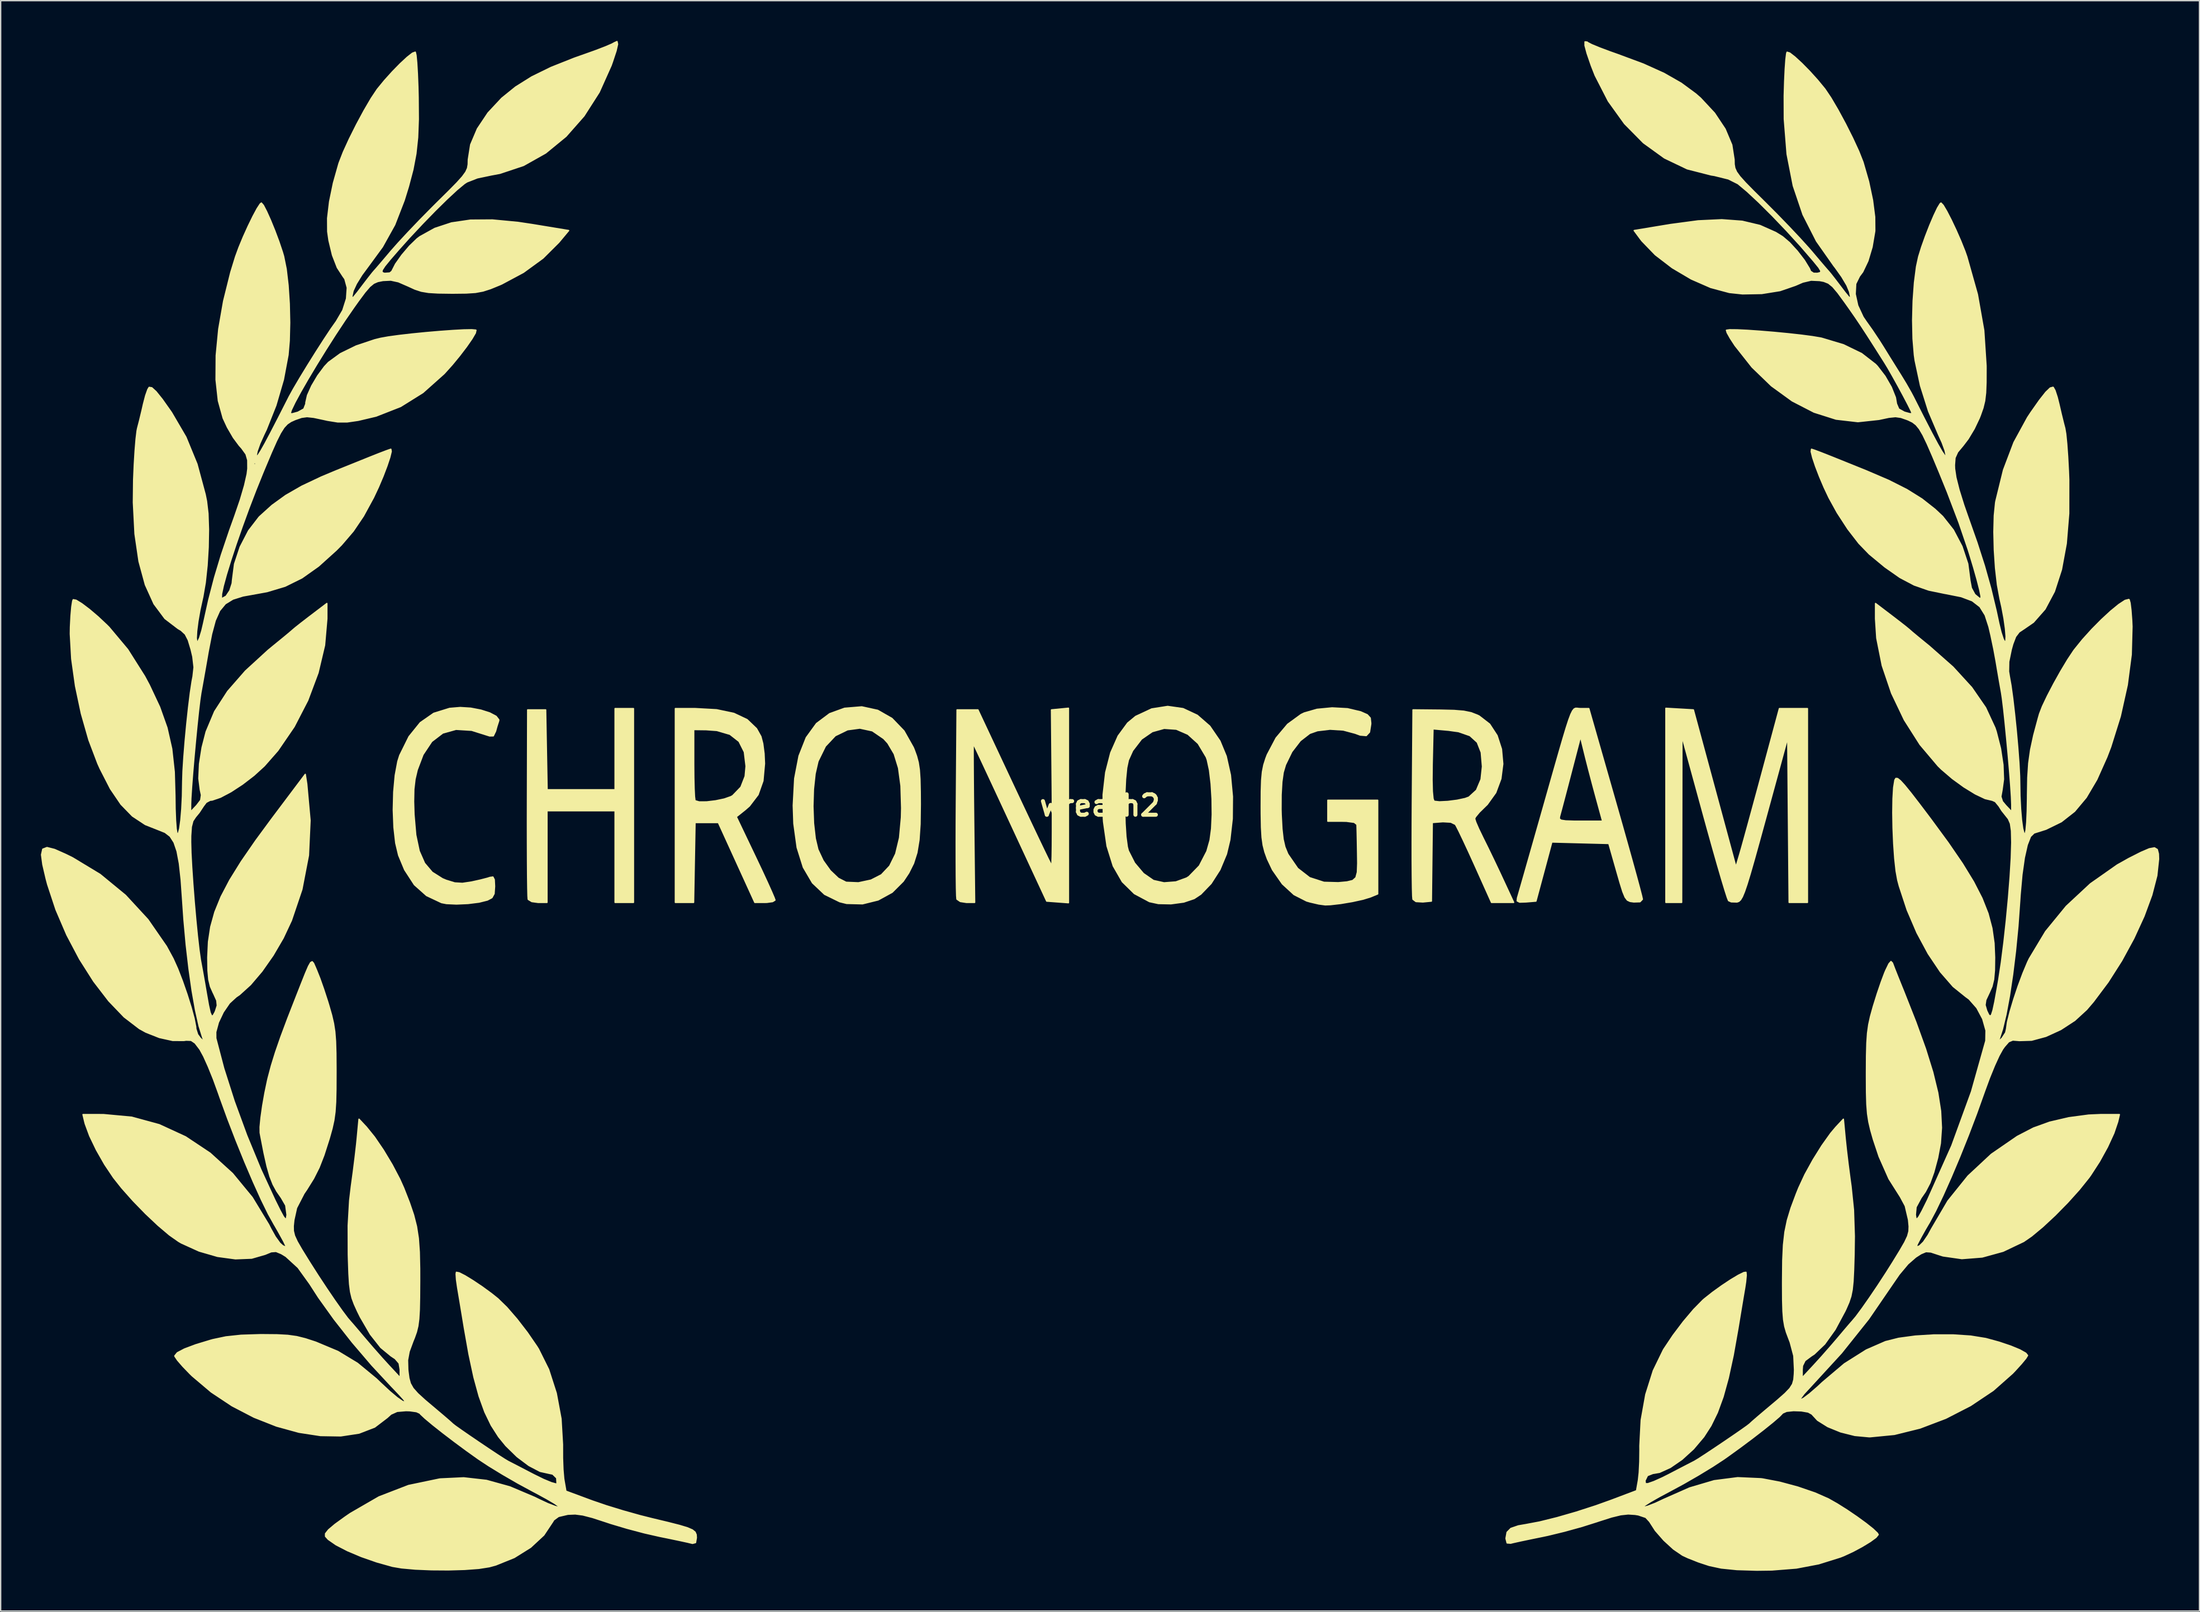
<source format=kicad_pcb>
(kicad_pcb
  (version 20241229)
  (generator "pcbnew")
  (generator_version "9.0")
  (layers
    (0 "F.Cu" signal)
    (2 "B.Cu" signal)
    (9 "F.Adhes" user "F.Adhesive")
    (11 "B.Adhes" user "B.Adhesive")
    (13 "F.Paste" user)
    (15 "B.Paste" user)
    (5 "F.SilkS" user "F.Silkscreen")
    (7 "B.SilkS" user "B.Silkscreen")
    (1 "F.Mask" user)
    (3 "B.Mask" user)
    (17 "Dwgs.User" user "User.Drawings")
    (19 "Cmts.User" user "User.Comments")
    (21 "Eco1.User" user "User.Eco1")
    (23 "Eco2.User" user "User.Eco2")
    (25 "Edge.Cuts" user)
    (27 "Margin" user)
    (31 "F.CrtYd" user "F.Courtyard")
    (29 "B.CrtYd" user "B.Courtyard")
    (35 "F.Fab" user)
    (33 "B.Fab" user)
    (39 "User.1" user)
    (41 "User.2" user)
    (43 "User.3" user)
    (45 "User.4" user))
  (footprint "wreath2"
    (layer "F.Cu")
    (at 78.958 57.034)
    (property "Reference" "wreath2" (at 0 0 0) (layer "F.SilkS") (effects (font (size 1.524 1.524) (thickness 0.3))))
    (attr through_hole)
    (fp_poly (pts (xy -34.778 7.229) (xy -35.462 7.229) (xy -36.146 7.229) (xy -36.146 3.81) (xy -36.146 0.391) (xy -38.686 0.391) (xy -41.226 0.391) (xy -41.226 3.81) (xy -41.226 7.229) (xy -41.889 7.229) (xy -42.356 7.165) (xy -42.616 7.007) (xy -42.625 6.985) (xy -42.642 6.739) (xy -42.656 6.148) (xy -42.668 5.258) (xy -42.676 4.116) (xy -42.681 2.766) (xy -42.683 1.256) (xy -42.681 -0.195) (xy -42.663 -7.132) (xy -41.993 -7.132) (xy -41.324 -7.132) (xy -41.27 -4.152) (xy -41.216 -1.172) (xy -38.681 -1.172) (xy -36.146 -1.172) (xy -36.146 -4.201) (xy -36.146 -7.229) (xy -35.462 -7.229) (xy -34.778 -7.229) (xy -34.778 0) (xy -34.778 7.229)) (stroke (width 0.1) (type solid)) (fill yes) (layer "F.SilkS"))
    (fp_poly (pts (xy 52.754 7.229) (xy 52.073 7.229) (xy 51.392 7.229) (xy 51.34 1.075) (xy 51.288 -5.08) (xy 49.62 1.026) (xy 49.158 2.709) (xy 48.784 4.054) (xy 48.485 5.098) (xy 48.246 5.879) (xy 48.056 6.436) (xy 47.901 6.808) (xy 47.767 7.033) (xy 47.642 7.149) (xy 47.512 7.195) (xy 47.497 7.197) (xy 47.075 7.185) (xy 46.877 7.097) (xy 46.787 6.874) (xy 46.609 6.321) (xy 46.356 5.482) (xy 46.042 4.405) (xy 45.681 3.135) (xy 45.286 1.72) (xy 45.054 0.877) (xy 43.396 -5.178) (xy 43.386 1.026) (xy 43.375 7.229) (xy 42.789 7.229) (xy 42.203 7.229) (xy 42.203 -0.01) (xy 42.203 -7.25) (xy 43.226 -7.191) (xy 44.25 -7.132) (xy 45.838 -1.27) (xy 47.425 4.592) (xy 47.716 3.615) (xy 47.847 3.159) (xy 48.061 2.389) (xy 48.341 1.369) (xy 48.671 0.161) (xy 49.033 -1.171) (xy 49.337 -2.296) (xy 50.666 -7.229) (xy 51.71 -7.229) (xy 52.754 -7.229) (xy 52.754 0) (xy 52.754 7.229)) (stroke (width 0.1) (type solid)) (fill yes) (layer "F.SilkS"))
    (fp_poly (pts (xy -2.345 7.252) (xy -3.154 7.192) (xy -3.964 7.132) (xy -6.686 1.272) (xy -7.338 -0.131) (xy -7.936 -1.415) (xy -8.461 -2.54) (xy -8.892 -3.463) (xy -9.212 -4.143) (xy -9.399 -4.538) (xy -9.442 -4.622) (xy -9.448 -4.444) (xy -9.45 -3.921) (xy -9.447 -3.102) (xy -9.44 -2.034) (xy -9.43 -0.763) (xy -9.415 0.664) (xy -9.408 1.286) (xy -9.34 7.229) (xy -9.952 7.229) (xy -10.406 7.159) (xy -10.655 6.989) (xy -10.657 6.984) (xy -10.678 6.738) (xy -10.694 6.146) (xy -10.705 5.257) (xy -10.711 4.114) (xy -10.713 2.764) (xy -10.709 1.254) (xy -10.7 -0.196) (xy -10.648 -7.132) (xy -9.871 -7.132) (xy -9.094 -7.132) (xy -6.396 -1.377) (xy -5.741 0.016) (xy -5.138 1.293) (xy -4.607 2.412) (xy -4.167 3.331) (xy -3.839 4.007) (xy -3.644 4.397) (xy -3.599 4.477) (xy -3.576 4.315) (xy -3.558 3.809) (xy -3.546 3.006) (xy -3.541 1.952) (xy -3.541 0.694) (xy -3.549 -0.721) (xy -3.553 -1.278) (xy -3.607 -7.132) (xy -2.976 -7.193) (xy -2.345 -7.254) (xy -2.345 -0.001) (xy -2.345 7.252)) (stroke (width 0.1) (type solid)) (fill yes) (layer "F.SilkS"))
    (fp_poly (pts (xy -24.228 7.058) (xy -24.401 7.167) (xy -24.831 7.226) (xy -24.977 7.229) (xy -25.727 7.229) (xy -27.086 4.25) (xy -28.445 1.27) (xy -29.316 1.27) (xy -30.187 1.27) (xy -30.241 4.25) (xy -30.295 7.229) (xy -30.974 7.229) (xy -31.652 7.229) (xy -31.652 0) (xy -31.652 -7.229) (xy -30.197 -7.229) (xy -28.578 -7.14) (xy -27.287 -6.867) (xy -26.303 -6.401) (xy -25.605 -5.733) (xy -25.276 -5.144) (xy -25.139 -4.618) (xy -25.042 -3.87) (xy -25.009 -3.125) (xy -25.125 -1.837) (xy -25.489 -0.807) (xy -26.13 0.033) (xy -26.38 0.253) (xy -26.38 -2.931) (xy -26.507 -3.992) (xy -26.903 -4.781) (xy -27.582 -5.312) (xy -28.558 -5.597) (xy -29.357 -5.655) (xy -30.285 -5.666) (xy -30.285 -3.061) (xy -30.277 -2.092) (xy -30.257 -1.271) (xy -30.228 -0.672) (xy -30.191 -0.372) (xy -30.182 -0.353) (xy -29.874 -0.264) (xy -29.322 -0.267) (xy -28.656 -0.346) (xy -28.006 -0.482) (xy -27.503 -0.659) (xy -27.373 -0.736) (xy -26.763 -1.368) (xy -26.447 -2.178) (xy -26.38 -2.931) (xy -26.38 0.253) (xy -26.451 0.315) (xy -27.112 0.842) (xy -25.67 3.865) (xy -25.196 4.867) (xy -24.788 5.749) (xy -24.473 6.45) (xy -24.278 6.908) (xy -24.228 7.058)) (stroke (width 0.1) (type solid)) (fill yes) (layer "F.SilkS"))
    (fp_poly (pts (xy -44.819 -6.393) (xy -44.829 -6.311) (xy -44.963 -5.895) (xy -45.061 -5.539) (xy -45.228 -5.195) (xy -45.5 -5.19) (xy -46.84 -5.612) (xy -48.005 -5.684) (xy -48.998 -5.406) (xy -49.82 -4.776) (xy -50.472 -3.795) (xy -50.904 -2.654) (xy -51.066 -1.961) (xy -51.153 -1.215) (xy -51.171 -0.296) (xy -51.142 0.668) (xy -51.011 2.197) (xy -50.757 3.396) (xy -50.355 4.309) (xy -49.784 4.983) (xy -49.022 5.464) (xy -48.746 5.58) (xy -48.106 5.777) (xy -47.528 5.811) (xy -46.843 5.708) (xy -46.193 5.564) (xy -45.663 5.427) (xy -45.476 5.367) (xy -45.258 5.337) (xy -45.158 5.531) (xy -45.134 6.029) (xy -45.134 6.041) (xy -45.171 6.581) (xy -45.331 6.873) (xy -45.665 7.05) (xy -46.291 7.207) (xy -47.113 7.309) (xy -47.974 7.347) (xy -48.719 7.313) (xy -49.088 7.242) (xy -50.202 6.716) (xy -51.107 5.91) (xy -51.833 4.793) (xy -52.283 3.712) (xy -52.5 2.799) (xy -52.632 1.633) (xy -52.682 0.327) (xy -52.649 -1.005) (xy -52.536 -2.247) (xy -52.343 -3.285) (xy -52.199 -3.741) (xy -51.509 -5.136) (xy -50.67 -6.176) (xy -49.669 -6.873) (xy -48.488 -7.24) (xy -47.694 -7.306) (xy -46.915 -7.258) (xy -46.153 -7.112) (xy -45.491 -6.9) (xy -45.018 -6.65) (xy -44.819 -6.393)) (stroke (width 0.1) (type solid)) (fill yes) (layer "F.SilkS"))
    (fp_poly (pts (xy 40.446 6.997) (xy 40.272 7.179) (xy 39.81 7.193) (xy 39.533 7.155) (xy 39.33 7.059) (xy 39.163 6.839) (xy 38.994 6.43) (xy 38.787 5.765) (xy 38.562 4.982) (xy 37.949 2.833) (xy 37.486 2.821) (xy 37.486 1.172) (xy 36.995 -0.622) (xy 36.727 -1.616) (xy 36.451 -2.665) (xy 36.218 -3.577) (xy 36.169 -3.777) (xy 35.834 -5.138) (xy 35.101 -2.325) (xy 34.835 -1.307) (xy 34.598 -0.405) (xy 34.41 0.304) (xy 34.291 0.744) (xy 34.267 0.83) (xy 34.255 0.997) (xy 34.388 1.099) (xy 34.734 1.151) (xy 35.365 1.171) (xy 35.826 1.172) (xy 37.486 1.172) (xy 37.486 2.821) (xy 35.823 2.778) (xy 33.696 2.723) (xy 33.104 4.927) (xy 32.511 7.132) (xy 31.771 7.193) (xy 31.296 7.208) (xy 31.116 7.116) (xy 31.137 6.9) (xy 31.216 6.627) (xy 31.387 6.029) (xy 31.637 5.155) (xy 31.95 4.056) (xy 32.313 2.782) (xy 32.711 1.383) (xy 32.827 0.977) (xy 33.388 -1.001) (xy 33.852 -2.636) (xy 34.23 -3.96) (xy 34.534 -5.006) (xy 34.775 -5.806) (xy 34.966 -6.393) (xy 35.118 -6.798) (xy 35.244 -7.055) (xy 35.354 -7.194) (xy 35.46 -7.249) (xy 35.575 -7.252) (xy 35.711 -7.235) (xy 35.82 -7.229) (xy 36.454 -7.229) (xy 38.451 -0.244) (xy 38.904 1.346) (xy 39.32 2.823) (xy 39.689 4.144) (xy 39.998 5.264) (xy 40.235 6.141) (xy 40.388 6.732) (xy 40.446 6.993) (xy 40.446 6.997)) (stroke (width 0.1) (type solid)) (fill yes) (layer "F.SilkS"))
    (fp_poly (pts (xy -13.39 -0.098) (xy -13.41 1.391) (xy -13.489 2.57) (xy -13.645 3.518) (xy -13.895 4.313) (xy -14.255 5.034) (xy -14.662 5.647) (xy -14.779 5.764) (xy -14.779 0.195) (xy -14.828 -1.465) (xy -15.008 -2.797) (xy -15.331 -3.847) (xy -15.809 -4.656) (xy -16.122 -4.997) (xy -16.965 -5.573) (xy -17.896 -5.774) (xy -18.819 -5.65) (xy -19.732 -5.206) (xy -20.468 -4.424) (xy -21.01 -3.322) (xy -21.029 -3.267) (xy -21.236 -2.366) (xy -21.359 -1.215) (xy -21.398 0.058) (xy -21.353 1.326) (xy -21.225 2.459) (xy -21.028 3.286) (xy -20.639 4.115) (xy -20.104 4.863) (xy -19.506 5.432) (xy -18.93 5.727) (xy -18.912 5.731) (xy -18.005 5.769) (xy -17.063 5.567) (xy -16.287 5.17) (xy -15.67 4.516) (xy -15.222 3.606) (xy -14.934 2.41) (xy -14.795 0.892) (xy -14.779 0.195) (xy -14.779 5.764) (xy -15.487 6.47) (xy -16.533 7.043) (xy -17.699 7.332) (xy -18.881 7.303) (xy -19.396 7.176) (xy -20.524 6.624) (xy -21.426 5.77) (xy -22.107 4.61) (xy -22.569 3.137) (xy -22.815 1.346) (xy -22.86 0) (xy -22.753 -2.01) (xy -22.429 -3.697) (xy -21.889 -5.063) (xy -21.129 -6.111) (xy -20.148 -6.846) (xy -19.037 -7.249) (xy -17.753 -7.355) (xy -16.564 -7.096) (xy -15.505 -6.491) (xy -14.61 -5.562) (xy -13.915 -4.328) (xy -13.855 -4.183) (xy -13.673 -3.685) (xy -13.546 -3.207) (xy -13.464 -2.661) (xy -13.417 -1.962) (xy -13.396 -1.023) (xy -13.39 -0.098)) (stroke (width 0.1) (type solid)) (fill yes) (layer "F.SilkS"))
    (fp_poly (pts (xy 9.88 -0.667) (xy 9.866 0.99) (xy 9.689 2.553) (xy 9.435 3.619) (xy 8.946 4.792) (xy 8.38 5.675) (xy 8.38 0.668) (xy 8.366 -0.483) (xy 8.297 -1.619) (xy 8.177 -2.628) (xy 8.01 -3.401) (xy 7.934 -3.615) (xy 7.331 -4.625) (xy 6.566 -5.317) (xy 5.699 -5.694) (xy 4.792 -5.758) (xy 3.905 -5.511) (xy 3.101 -4.956) (xy 2.44 -4.095) (xy 2.121 -3.387) (xy 1.998 -2.81) (xy 1.912 -1.946) (xy 1.863 -0.899) (xy 1.852 0.229) (xy 1.877 1.337) (xy 1.94 2.32) (xy 2.041 3.077) (xy 2.117 3.375) (xy 2.583 4.294) (xy 3.242 5.075) (xy 3.987 5.592) (xy 3.996 5.596) (xy 4.782 5.771) (xy 5.668 5.703) (xy 6.469 5.412) (xy 6.643 5.301) (xy 7.419 4.504) (xy 7.982 3.414) (xy 8.218 2.582) (xy 8.332 1.727) (xy 8.38 0.668) (xy 8.38 5.675) (xy 8.288 5.819) (xy 7.528 6.607) (xy 7.031 6.938) (xy 6.253 7.201) (xy 5.302 7.33) (xy 4.362 7.312) (xy 3.697 7.169) (xy 2.573 6.569) (xy 1.676 5.688) (xy 1 4.511) (xy 0.536 3.026) (xy 0.276 1.217) (xy 0.259 0.977) (xy 0.244 -0.805) (xy 0.434 -2.46) (xy 0.813 -3.936) (xy 1.365 -5.184) (xy 2.073 -6.15) (xy 2.671 -6.644) (xy 3.864 -7.201) (xy 5.055 -7.388) (xy 6.201 -7.224) (xy 7.26 -6.728) (xy 8.19 -5.918) (xy 8.947 -4.813) (xy 9.418 -3.673) (xy 9.731 -2.27) (xy 9.88 -0.667)) (stroke (width 0.1) (type solid)) (fill yes) (layer "F.SilkS"))
    (fp_poly (pts (xy 30.848 7.229) (xy 30.024 7.229) (xy 29.2 7.229) (xy 27.951 4.445) (xy 27.507 3.468) (xy 27.107 2.608) (xy 26.783 1.931) (xy 26.567 1.507) (xy 26.507 1.407) (xy 26.17 1.242) (xy 25.585 1.209) (xy 25.547 1.211) (xy 24.782 1.27) (xy 24.749 4.201) (xy 24.716 7.132) (xy 24.08 7.193) (xy 23.567 7.163) (xy 23.345 6.996) (xy 23.323 6.747) (xy 23.306 6.153) (xy 23.294 5.261) (xy 23.286 4.116) (xy 23.285 2.764) (xy 23.289 1.253) (xy 23.297 -0.196) (xy 23.348 -7.132) (xy 25.4 -7.113) (xy 26.409 -7.089) (xy 27.132 -7.03) (xy 27.676 -6.918) (xy 28.144 -6.737) (xy 28.279 -6.671) (xy 29.057 -6.068) (xy 29.612 -5.219) (xy 29.941 -4.204) (xy 30.038 -3.103) (xy 29.897 -1.996) (xy 29.513 -0.961) (xy 28.881 -0.079) (xy 28.723 0.073) (xy 28.526 0.267) (xy 28.526 -2.908) (xy 28.437 -3.962) (xy 28.141 -4.714) (xy 27.593 -5.214) (xy 26.749 -5.508) (xy 26.004 -5.613) (xy 24.836 -5.718) (xy 24.776 -3.054) (xy 24.765 -1.913) (xy 24.786 -1.051) (xy 24.838 -0.505) (xy 24.912 -0.316) (xy 25.315 -0.27) (xy 25.941 -0.301) (xy 26.632 -0.389) (xy 27.232 -0.518) (xy 27.517 -0.623) (xy 28.081 -1.139) (xy 28.423 -1.948) (xy 28.526 -2.908) (xy 28.526 0.267) (xy 28.285 0.503) (xy 28.001 0.849) (xy 27.94 0.982) (xy 28.023 1.247) (xy 28.241 1.75) (xy 28.547 2.384) (xy 28.554 2.399) (xy 28.92 3.137) (xy 29.371 4.071) (xy 29.832 5.043) (xy 30.008 5.422) (xy 30.848 7.229)) (stroke (width 0.1) (type solid)) (fill yes) (layer "F.SilkS"))
    (fp_poly (pts (xy 20.711 6.596) (xy 20.173 6.818) (xy 19.61 6.99) (xy 18.817 7.163) (xy 17.956 7.308) (xy 17.186 7.396) (xy 16.803 7.41) (xy 16.319 7.345) (xy 15.674 7.195) (xy 15.413 7.12) (xy 14.477 6.644) (xy 13.609 5.847) (xy 12.877 4.799) (xy 12.493 3.99) (xy 12.305 3.468) (xy 12.176 2.962) (xy 12.095 2.38) (xy 12.051 1.631) (xy 12.033 0.621) (xy 12.031 0.098) (xy 12.036 -1.041) (xy 12.062 -1.88) (xy 12.121 -2.511) (xy 12.224 -3.026) (xy 12.38 -3.516) (xy 12.484 -3.787) (xy 13.14 -5.032) (xy 14.001 -6.056) (xy 15.001 -6.784) (xy 15.235 -6.898) (xy 16.183 -7.171) (xy 17.316 -7.279) (xy 18.462 -7.217) (xy 19.441 -6.985) (xy 19.936 -6.766) (xy 20.154 -6.526) (xy 20.195 -6.143) (xy 20.191 -6.06) (xy 20.1 -5.474) (xy 19.861 -5.217) (xy 19.41 -5.255) (xy 19.036 -5.393) (xy 18.152 -5.63) (xy 17.158 -5.693) (xy 16.22 -5.582) (xy 15.649 -5.382) (xy 14.941 -4.834) (xy 14.309 -4.013) (xy 13.833 -3.034) (xy 13.665 -2.465) (xy 13.566 -1.76) (xy 13.511 -0.796) (xy 13.506 0.299) (xy 13.517 0.696) (xy 13.573 1.752) (xy 13.659 2.517) (xy 13.791 3.092) (xy 13.988 3.576) (xy 14.028 3.655) (xy 14.746 4.696) (xy 15.635 5.386) (xy 16.707 5.733) (xy 17.773 5.762) (xy 18.426 5.702) (xy 18.85 5.6) (xy 19.092 5.383) (xy 19.201 4.977) (xy 19.225 4.31) (xy 19.215 3.568) (xy 19.201 2.724) (xy 19.186 2.016) (xy 19.173 1.544) (xy 19.167 1.417) (xy 18.964 1.254) (xy 18.386 1.178) (xy 18.073 1.172) (xy 16.998 1.172) (xy 16.998 0.391) (xy 16.998 -0.391) (xy 18.855 -0.391) (xy 20.711 -0.391) (xy 20.711 3.102) (xy 20.711 6.596)) (stroke (width 0.1) (type solid)) (fill yes) (layer "F.SilkS"))
    (fp_poly (pts (xy 78.935 3.996) (xy 78.803 5.231) (xy 78.429 6.675) (xy 77.846 8.259) (xy 77.086 9.915) (xy 76.183 11.574) (xy 75.169 13.167) (xy 74.077 14.625) (xy 73.57 15.219) (xy 72.688 16.028) (xy 71.645 16.709) (xy 70.54 17.216) (xy 69.47 17.506) (xy 68.536 17.533) (xy 68.498 17.527) (xy 68.065 17.494) (xy 67.759 17.622) (xy 67.442 17.985) (xy 67.303 18.18) (xy 67.038 18.658) (xy 66.696 19.408) (xy 66.321 20.33) (xy 65.955 21.326) (xy 65.927 21.406) (xy 65.367 22.972) (xy 64.752 24.591) (xy 64.11 26.194) (xy 63.469 27.714) (xy 62.86 29.083) (xy 62.309 30.234) (xy 61.847 31.099) (xy 61.749 31.262) (xy 61.543 31.614) (xy 61.253 32.133) (xy 61.165 32.295) (xy 60.93 32.746) (xy 60.882 32.924) (xy 61.019 32.895) (xy 61.128 32.839) (xy 61.407 32.565) (xy 61.754 32.055) (xy 62.021 31.566) (xy 63.23 29.505) (xy 64.731 27.638) (xy 66.471 26.016) (xy 68.4 24.688) (xy 69.612 24.06) (xy 70.817 23.625) (xy 72.242 23.293) (xy 73.722 23.096) (xy 74.653 23.055) (xy 76.012 23.055) (xy 75.884 23.593) (xy 75.598 24.441) (xy 75.126 25.468) (xy 74.53 26.55) (xy 73.873 27.565) (xy 73.736 27.756) (xy 73.019 28.65) (xy 72.154 29.611) (xy 71.222 30.56) (xy 70.299 31.419) (xy 69.466 32.112) (xy 68.878 32.518) (xy 67.347 33.247) (xy 65.788 33.677) (xy 64.27 33.797) (xy 62.865 33.596) (xy 62.509 33.483) (xy 61.959 33.302) (xy 61.592 33.277) (xy 61.227 33.429) (xy 60.83 33.684) (xy 60.245 34.195) (xy 59.597 34.969) (xy 59.13 35.647) (xy 57.313 38.301) (xy 55.29 40.836) (xy 53.015 43.316) (xy 52.489 43.887) (xy 52.242 44.222) (xy 52.247 44.329) (xy 52.479 44.216) (xy 52.911 43.892) (xy 53.518 43.367) (xy 53.876 43.033) (xy 55.513 41.648) (xy 57.145 40.618) (xy 58.575 39.994) (xy 59.554 39.748) (xy 60.797 39.58) (xy 62.187 39.494) (xy 63.603 39.493) (xy 64.927 39.581) (xy 66.041 39.761) (xy 66.094 39.774) (xy 67.049 40.036) (xy 67.907 40.325) (xy 68.594 40.609) (xy 69.037 40.859) (xy 69.166 41.022) (xy 69.039 41.232) (xy 68.701 41.641) (xy 68.216 42.174) (xy 68.043 42.355) (xy 66.606 43.626) (xy 64.919 44.756) (xy 63.07 45.706) (xy 61.148 46.436) (xy 59.24 46.909) (xy 57.435 47.085) (xy 57.345 47.085) (xy 56.289 46.987) (xy 55.231 46.722) (xy 54.271 46.33) (xy 53.51 45.853) (xy 53.086 45.393) (xy 52.811 45.242) (xy 52.304 45.155) (xy 51.717 45.136) (xy 51.201 45.189) (xy 50.905 45.319) (xy 50.897 45.331) (xy 50.661 45.576) (xy 50.169 45.999) (xy 49.48 46.553) (xy 48.658 47.189) (xy 47.762 47.859) (xy 46.855 48.515) (xy 46.525 48.748) (xy 45.684 49.3) (xy 44.632 49.941) (xy 43.506 50.589) (xy 42.52 51.122) (xy 41.692 51.565) (xy 41.041 51.937) (xy 40.618 52.209) (xy 40.474 52.347) (xy 40.499 52.358) (xy 40.846 52.276) (xy 41.409 52.057) (xy 42.013 51.774) (xy 43.973 50.908) (xy 45.8 50.369) (xy 47.553 50.144) (xy 49.292 50.221) (xy 49.418 50.238) (xy 50.683 50.479) (xy 52.038 50.844) (xy 53.319 51.284) (xy 54.317 51.724) (xy 54.964 52.091) (xy 55.695 52.551) (xy 56.435 53.054) (xy 57.11 53.545) (xy 57.646 53.971) (xy 57.969 54.28) (xy 58.029 54.388) (xy 57.866 54.592) (xy 57.439 54.904) (xy 56.836 55.271) (xy 56.15 55.639) (xy 55.47 55.954) (xy 55.212 56.056) (xy 53.594 56.562) (xy 51.933 56.878) (xy 50.103 57.024) (xy 48.98 57.038) (xy 47.492 56.994) (xy 46.322 56.875) (xy 45.427 56.683) (xy 44.631 56.42) (xy 43.848 56.11) (xy 43.445 55.922) (xy 42.774 55.465) (xy 42.056 54.808) (xy 41.42 54.082) (xy 40.993 53.419) (xy 40.99 53.413) (xy 40.704 53.101) (xy 40.151 52.915) (xy 39.9 52.874) (xy 39.391 52.842) (xy 38.841 52.9) (xy 38.148 53.069) (xy 37.212 53.367) (xy 37.038 53.426) (xy 35.917 53.779) (xy 34.632 54.134) (xy 33.406 54.432) (xy 33.02 54.514) (xy 32.14 54.694) (xy 31.378 54.854) (xy 30.833 54.975) (xy 30.627 55.026) (xy 30.365 55.007) (xy 30.285 54.691) (xy 30.285 54.647) (xy 30.363 54.214) (xy 30.646 53.927) (xy 31.203 53.737) (xy 31.75 53.643) (xy 32.791 53.447) (xy 34.083 53.126) (xy 35.518 52.713) (xy 36.988 52.237) (xy 38.13 51.827) (xy 40.016 51.114) (xy 40.156 50.322) (xy 40.217 49.756) (xy 40.257 48.948) (xy 40.268 48.046) (xy 40.265 47.772) (xy 40.364 45.844) (xy 40.706 43.935) (xy 41.267 42.154) (xy 42.016 40.613) (xy 42.059 40.542) (xy 42.738 39.526) (xy 43.505 38.509) (xy 44.274 37.599) (xy 44.959 36.902) (xy 45.08 36.797) (xy 45.689 36.315) (xy 46.366 35.828) (xy 47.031 35.386) (xy 47.608 35.041) (xy 48.016 34.841) (xy 48.172 34.821) (xy 48.19 35.046) (xy 48.144 35.533) (xy 48.079 35.967) (xy 47.965 36.638) (xy 47.814 37.543) (xy 47.651 38.531) (xy 47.577 38.979) (xy 47.217 41.011) (xy 46.85 42.704) (xy 46.462 44.109) (xy 46.035 45.279) (xy 45.554 46.264) (xy 45.023 47.088) (xy 44.259 47.992) (xy 43.402 48.773) (xy 42.531 49.374) (xy 41.726 49.739) (xy 41.228 49.823) (xy 40.824 49.983) (xy 40.641 50.359) (xy 40.67 50.591) (xy 40.859 50.591) (xy 41.313 50.432) (xy 41.953 50.144) (xy 42.398 49.921) (xy 43.148 49.531) (xy 43.785 49.2) (xy 44.216 48.978) (xy 44.33 48.92) (xy 44.604 48.755) (xy 45.105 48.431) (xy 45.752 48.002) (xy 46.468 47.521) (xy 47.175 47.04) (xy 47.794 46.613) (xy 48.246 46.292) (xy 48.453 46.132) (xy 48.455 46.129) (xy 48.642 45.956) (xy 49.049 45.603) (xy 49.596 45.139) (xy 49.718 45.036) (xy 50.528 44.355) (xy 51.088 43.86) (xy 51.446 43.486) (xy 51.65 43.164) (xy 51.745 42.828) (xy 51.781 42.411) (xy 51.793 42.096) (xy 51.743 41.054) (xy 51.474 40.038) (xy 51.368 39.761) (xy 51.191 39.29) (xy 51.065 38.847) (xy 50.981 38.354) (xy 50.932 37.731) (xy 50.908 36.9) (xy 50.902 35.781) (xy 50.903 35.365) (xy 50.918 33.93) (xy 50.971 32.782) (xy 51.079 31.817) (xy 51.262 30.934) (xy 51.536 30.027) (xy 51.922 28.994) (xy 52.11 28.526) (xy 52.573 27.528) (xy 53.177 26.433) (xy 53.843 25.366) (xy 54.494 24.453) (xy 54.885 23.989) (xy 55.434 23.402) (xy 55.568 24.84) (xy 55.656 25.673) (xy 55.782 26.725) (xy 55.926 27.831) (xy 56.006 28.412) (xy 56.186 30.165) (xy 56.249 32.133) (xy 56.231 33.492) (xy 56.196 34.643) (xy 56.154 35.489) (xy 56.09 36.116) (xy 55.991 36.61) (xy 55.843 37.056) (xy 55.632 37.54) (xy 55.553 37.709) (xy 54.813 39.088) (xy 54.04 40.169) (xy 53.264 40.912) (xy 53.036 41.063) (xy 52.573 41.407) (xy 52.385 41.79) (xy 52.363 42.075) (xy 52.363 42.691) (xy 53.229 41.76) (xy 53.826 41.103) (xy 54.508 40.327) (xy 55.037 39.709) (xy 55.503 39.156) (xy 55.87 38.726) (xy 56.066 38.501) (xy 56.076 38.491) (xy 56.375 38.136) (xy 56.83 37.521) (xy 57.392 36.719) (xy 58.011 35.803) (xy 58.636 34.844) (xy 59.116 34.083) (xy 59.652 33.208) (xy 60.013 32.584) (xy 60.228 32.129) (xy 60.327 31.761) (xy 60.341 31.398) (xy 60.3 30.959) (xy 60.293 30.895) (xy 60.052 29.869) (xy 59.688 29.191) (xy 58.836 27.845) (xy 58.103 26.19) (xy 57.677 24.912) (xy 57.477 24.212) (xy 57.335 23.602) (xy 57.241 22.991) (xy 57.186 22.285) (xy 57.161 21.393) (xy 57.155 20.222) (xy 57.155 19.929) (xy 57.162 18.681) (xy 57.187 17.73) (xy 57.238 16.984) (xy 57.327 16.349) (xy 57.462 15.732) (xy 57.654 15.041) (xy 57.685 14.936) (xy 57.966 14.036) (xy 58.262 13.169) (xy 58.521 12.48) (xy 58.597 12.302) (xy 58.835 11.81) (xy 58.984 11.64) (xy 59.091 11.748) (xy 59.12 11.825) (xy 59.253 12.174) (xy 59.492 12.778) (xy 59.795 13.53) (xy 59.934 13.872) (xy 60.838 16.163) (xy 61.557 18.157) (xy 62.098 19.899) (xy 62.47 21.43) (xy 62.683 22.795) (xy 62.745 24.037) (xy 62.665 25.197) (xy 62.461 26.279) (xy 62.172 27.354) (xy 61.883 28.157) (xy 61.546 28.803) (xy 61.228 29.261) (xy 60.853 29.956) (xy 60.801 30.532) (xy 60.841 30.793) (xy 60.916 30.86) (xy 61.058 30.694) (xy 61.3 30.256) (xy 61.673 29.506) (xy 61.71 29.43) (xy 63.522 25.378) (xy 64.991 21.345) (xy 66.058 17.553) (xy 66.072 16.784) (xy 65.828 15.919) (xy 65.388 15.092) (xy 64.81 14.436) (xy 64.568 14.259) (xy 63.622 13.497) (xy 62.675 12.408) (xy 61.765 11.053) (xy 60.926 9.495) (xy 60.196 7.794) (xy 59.61 6.012) (xy 59.492 5.568) (xy 59.368 4.882) (xy 59.266 3.945) (xy 59.19 2.848) (xy 59.141 1.68) (xy 59.122 0.534) (xy 59.137 -0.502) (xy 59.186 -1.337) (xy 59.273 -1.88) (xy 59.281 -1.906) (xy 59.352 -2.02) (xy 59.478 -2.01) (xy 59.687 -1.845) (xy 60.009 -1.492) (xy 60.474 -0.92) (xy 61.11 -0.095) (xy 61.947 1.013) (xy 61.948 1.015) (xy 63.252 2.792) (xy 64.309 4.336) (xy 65.14 5.695) (xy 65.768 6.92) (xy 66.217 8.057) (xy 66.508 9.157) (xy 66.665 10.268) (xy 66.709 11.332) (xy 66.696 12.292) (xy 66.636 12.975) (xy 66.512 13.493) (xy 66.307 13.959) (xy 66.3 13.972) (xy 66.051 14.505) (xy 65.996 14.887) (xy 66.115 15.293) (xy 66.134 15.34) (xy 66.266 15.615) (xy 66.377 15.721) (xy 66.482 15.621) (xy 66.594 15.274) (xy 66.73 14.641) (xy 66.903 13.684) (xy 67.022 12.993) (xy 67.217 11.712) (xy 67.409 10.203) (xy 67.589 8.567) (xy 67.746 6.906) (xy 67.872 5.321) (xy 67.957 3.912) (xy 67.991 2.783) (xy 67.991 2.723) (xy 67.971 1.892) (xy 67.894 1.349) (xy 67.739 0.993) (xy 67.63 0.855) (xy 67.255 0.383) (xy 67.036 0.037) (xy 66.764 -0.292) (xy 66.542 -0.391) (xy 66.003 -0.519) (xy 65.27 -0.868) (xy 64.428 -1.385) (xy 63.562 -2.014) (xy 62.756 -2.704) (xy 62.502 -2.952) (xy 61.153 -4.548) (xy 59.985 -6.385) (xy 59.034 -8.378) (xy 58.336 -10.441) (xy 57.928 -12.486) (xy 57.834 -13.933) (xy 57.834 -15.067) (xy 59.055 -14.137) (xy 59.644 -13.685) (xy 60.105 -13.323) (xy 60.355 -13.117) (xy 60.374 -13.099) (xy 60.56 -12.936) (xy 60.976 -12.589) (xy 61.548 -12.121) (xy 61.839 -11.884) (xy 63.604 -10.325) (xy 64.998 -8.802) (xy 66.036 -7.297) (xy 66.734 -5.79) (xy 66.83 -5.501) (xy 67.148 -4.251) (xy 67.332 -3.033) (xy 67.371 -1.957) (xy 67.266 -1.172) (xy 67.175 -0.662) (xy 67.292 -0.297) (xy 67.536 -0.004) (xy 67.994 0.48) (xy 67.99 -0.102) (xy 67.967 -0.667) (xy 67.91 -1.528) (xy 67.827 -2.596) (xy 67.725 -3.785) (xy 67.612 -5.006) (xy 67.498 -6.172) (xy 67.389 -7.195) (xy 67.293 -7.987) (xy 67.231 -8.402) (xy 67.087 -9.212) (xy 66.925 -10.155) (xy 66.826 -10.746) (xy 66.658 -11.659) (xy 66.444 -12.681) (xy 66.291 -13.334) (xy 66.01 -14.2) (xy 65.618 -14.829) (xy 65.045 -15.272) (xy 64.223 -15.582) (xy 63.083 -15.81) (xy 63.012 -15.821) (xy 61.806 -16.069) (xy 60.717 -16.449) (xy 59.656 -17.009) (xy 58.534 -17.795) (xy 57.371 -18.757) (xy 56.597 -19.557) (xy 55.773 -20.623) (xy 54.975 -21.851) (xy 54.365 -22.959) (xy 54.001 -23.73) (xy 53.658 -24.537) (xy 53.364 -25.303) (xy 53.148 -25.949) (xy 53.037 -26.398) (xy 53.059 -26.572) (xy 53.062 -26.572) (xy 53.273 -26.504) (xy 53.755 -26.323) (xy 54.417 -26.062) (xy 54.663 -25.964) (xy 55.527 -25.616) (xy 56.396 -25.265) (xy 57.095 -24.984) (xy 57.15 -24.961) (xy 58.81 -24.249) (xy 60.164 -23.565) (xy 61.289 -22.863) (xy 62.263 -22.096) (xy 62.835 -21.558) (xy 63.631 -20.551) (xy 64.275 -19.327) (xy 64.707 -18.028) (xy 64.867 -16.793) (xy 64.867 -16.785) (xy 64.973 -16.224) (xy 65.235 -15.738) (xy 65.572 -15.459) (xy 65.694 -15.435) (xy 65.7 -15.611) (xy 65.601 -16.098) (xy 65.412 -16.836) (xy 65.15 -17.763) (xy 64.83 -18.82) (xy 64.758 -19.05) (xy 64.065 -21.086) (xy 63.188 -23.392) (xy 62.61 -24.814) (xy 62.094 -26.049) (xy 61.691 -26.973) (xy 61.372 -27.638) (xy 61.103 -28.097) (xy 60.854 -28.401) (xy 60.593 -28.602) (xy 60.288 -28.752) (xy 60.187 -28.793) (xy 59.727 -28.954) (xy 59.322 -29.01) (xy 58.829 -28.961) (xy 58.106 -28.807) (xy 58.086 -28.803) (xy 56.518 -28.634) (xy 54.89 -28.822) (xy 53.246 -29.344) (xy 51.625 -30.18) (xy 50.072 -31.307) (xy 48.626 -32.704) (xy 47.358 -34.31) (xy 47.001 -34.858) (xy 46.771 -35.269) (xy 46.717 -35.45) (xy 46.956 -35.485) (xy 47.506 -35.48) (xy 48.293 -35.442) (xy 49.242 -35.376) (xy 50.275 -35.29) (xy 51.318 -35.19) (xy 52.296 -35.082) (xy 53.131 -34.972) (xy 53.749 -34.868) (xy 53.828 -34.85) (xy 55.446 -34.363) (xy 56.796 -33.707) (xy 57.828 -32.906) (xy 57.962 -32.766) (xy 58.536 -32.019) (xy 59.007 -31.2) (xy 59.312 -30.433) (xy 59.393 -29.962) (xy 59.559 -29.572) (xy 59.983 -29.337) (xy 60.384 -29.226) (xy 60.568 -29.23) (xy 60.569 -29.237) (xy 60.48 -29.455) (xy 60.245 -29.927) (xy 59.91 -30.566) (xy 59.521 -31.286) (xy 59.124 -32.001) (xy 58.768 -32.625) (xy 58.529 -33.02) (xy 57.801 -34.17) (xy 57.228 -35.066) (xy 56.759 -35.784) (xy 56.344 -36.402) (xy 55.93 -36.998) (xy 55.544 -37.543) (xy 55.024 -38.253) (xy 54.642 -38.705) (xy 54.32 -38.965) (xy 53.98 -39.1) (xy 53.663 -39.16) (xy 53.028 -39.189) (xy 52.406 -39.042) (xy 51.856 -38.804) (xy 50.713 -38.41) (xy 49.352 -38.192) (xy 47.914 -38.166) (xy 46.932 -38.27) (xy 45.546 -38.641) (xy 44.091 -39.278) (xy 42.677 -40.114) (xy 41.415 -41.082) (xy 40.415 -42.116) (xy 40.289 -42.28) (xy 39.84 -42.887) (xy 42.536 -43.333) (xy 44.6 -43.608) (xy 46.369 -43.691) (xy 47.892 -43.578) (xy 49.216 -43.263) (xy 50.391 -42.74) (xy 50.898 -42.426) (xy 51.42 -41.981) (xy 51.995 -41.352) (xy 52.522 -40.668) (xy 52.897 -40.055) (xy 52.987 -39.844) (xy 53.21 -39.698) (xy 53.494 -39.693) (xy 53.72 -39.749) (xy 53.763 -39.873) (xy 53.601 -40.139) (xy 53.207 -40.624) (xy 53.194 -40.64) (xy 52.238 -41.748) (xy 51.2 -42.887) (xy 50.146 -43.99) (xy 49.142 -44.989) (xy 48.255 -45.816) (xy 47.576 -46.384) (xy 46.868 -46.739) (xy 45.82 -46.999) (xy 45.578 -47.037) (xy 43.792 -47.493) (xy 42.098 -48.303) (xy 40.53 -49.436) (xy 39.123 -50.861) (xy 37.912 -52.545) (xy 36.932 -54.456) (xy 36.642 -55.195) (xy 36.328 -56.11) (xy 36.173 -56.691) (xy 36.174 -56.962) (xy 36.328 -56.945) (xy 36.392 -56.896) (xy 36.671 -56.751) (xy 37.232 -56.519) (xy 37.988 -56.234) (xy 38.65 -55.999) (xy 40.516 -55.305) (xy 42.057 -54.609) (xy 43.339 -53.877) (xy 44.428 -53.075) (xy 44.79 -52.757) (xy 45.826 -51.645) (xy 46.613 -50.462) (xy 47.112 -49.277) (xy 47.283 -48.177) (xy 47.29 -47.833) (xy 47.339 -47.544) (xy 47.468 -47.254) (xy 47.717 -46.909) (xy 48.125 -46.455) (xy 48.732 -45.836) (xy 49.577 -45) (xy 49.6 -44.977) (xy 50.49 -44.084) (xy 51.383 -43.161) (xy 52.198 -42.296) (xy 52.851 -41.575) (xy 53.068 -41.324) (xy 53.586 -40.711) (xy 54.007 -40.217) (xy 54.27 -39.914) (xy 54.322 -39.858) (xy 54.488 -39.66) (xy 54.808 -39.25) (xy 55.089 -38.882) (xy 55.563 -38.259) (xy 55.841 -37.921) (xy 55.962 -37.842) (xy 55.965 -37.994) (xy 55.894 -38.332) (xy 55.699 -38.804) (xy 55.319 -39.444) (xy 54.83 -40.13) (xy 54.727 -40.261) (xy 53.435 -42.1) (xy 52.43 -44.076) (xy 51.703 -46.227) (xy 51.241 -48.59) (xy 51.033 -51.204) (xy 51.027 -52.931) (xy 51.058 -53.998) (xy 51.101 -54.926) (xy 51.152 -55.645) (xy 51.206 -56.086) (xy 51.238 -56.188) (xy 51.433 -56.128) (xy 51.818 -55.83) (xy 52.333 -55.355) (xy 52.915 -54.763) (xy 53.501 -54.115) (xy 54.031 -53.472) (xy 54.058 -53.438) (xy 54.496 -52.788) (xy 55.025 -51.888) (xy 55.587 -50.848) (xy 56.123 -49.78) (xy 56.577 -48.796) (xy 56.889 -48.005) (xy 56.902 -47.967) (xy 57.313 -46.544) (xy 57.607 -45.153) (xy 57.767 -43.899) (xy 57.775 -42.883) (xy 57.768 -42.813) (xy 57.573 -41.661) (xy 57.263 -40.623) (xy 56.874 -39.805) (xy 56.632 -39.481) (xy 56.353 -38.915) (xy 56.314 -38.153) (xy 56.502 -37.294) (xy 56.901 -36.436) (xy 57.122 -36.109) (xy 57.587 -35.455) (xy 58.107 -34.675) (xy 58.412 -34.192) (xy 58.892 -33.415) (xy 59.409 -32.586) (xy 59.688 -32.141) (xy 60.1 -31.463) (xy 60.48 -30.797) (xy 60.648 -30.48) (xy 61.405 -28.981) (xy 62.007 -27.814) (xy 62.465 -26.958) (xy 62.789 -26.394) (xy 62.993 -26.099) (xy 63.087 -26.054) (xy 63.097 -26.101) (xy 63.019 -26.484) (xy 62.803 -27.074) (xy 62.535 -27.665) (xy 61.792 -29.409) (xy 61.189 -31.318) (xy 60.788 -33.195) (xy 60.73 -33.606) (xy 60.631 -34.819) (xy 60.602 -36.199) (xy 60.639 -37.632) (xy 60.737 -39.001) (xy 60.89 -40.19) (xy 61.05 -40.933) (xy 61.274 -41.656) (xy 61.562 -42.464) (xy 61.878 -43.275) (xy 62.19 -44.007) (xy 62.46 -44.574) (xy 62.657 -44.896) (xy 62.715 -44.938) (xy 62.874 -44.771) (xy 63.14 -44.322) (xy 63.474 -43.674) (xy 63.836 -42.907) (xy 64.188 -42.104) (xy 64.491 -41.346) (xy 64.636 -40.933) (xy 65.426 -38.125) (xy 65.9 -35.441) (xy 66.072 -32.796) (xy 66.073 -32.635) (xy 66.069 -31.567) (xy 66.038 -30.784) (xy 65.967 -30.182) (xy 65.839 -29.654) (xy 65.642 -29.095) (xy 65.563 -28.896) (xy 65.188 -28.106) (xy 64.733 -27.347) (xy 64.361 -26.859) (xy 63.948 -26.361) (xy 63.756 -25.934) (xy 63.715 -25.386) (xy 63.724 -25.122) (xy 63.822 -24.465) (xy 64.058 -23.531) (xy 64.411 -22.4) (xy 64.696 -21.583) (xy 65.392 -19.611) (xy 65.953 -17.862) (xy 66.418 -16.207) (xy 66.824 -14.517) (xy 67.025 -13.579) (xy 67.184 -12.925) (xy 67.348 -12.421) (xy 67.457 -12.212) (xy 67.55 -12.254) (xy 67.569 -12.607) (xy 67.521 -13.197) (xy 67.415 -13.952) (xy 67.257 -14.8) (xy 67.114 -15.435) (xy 66.925 -16.461) (xy 66.782 -17.711) (xy 66.692 -19.067) (xy 66.66 -20.411) (xy 66.69 -21.624) (xy 66.787 -22.589) (xy 66.807 -22.701) (xy 67.378 -25.028) (xy 68.157 -27.083) (xy 69.172 -28.942) (xy 69.414 -29.308) (xy 70.057 -30.223) (xy 70.531 -30.825) (xy 70.859 -31.14) (xy 71.066 -31.196) (xy 71.081 -31.188) (xy 71.211 -30.955) (xy 71.374 -30.457) (xy 71.501 -29.952) (xy 71.677 -29.193) (xy 71.854 -28.474) (xy 71.943 -28.135) (xy 72.015 -27.707) (xy 72.088 -26.972) (xy 72.156 -26.018) (xy 72.213 -24.929) (xy 72.237 -24.296) (xy 72.234 -21.778) (xy 72.051 -19.541) (xy 71.693 -17.598) (xy 71.164 -15.963) (xy 70.466 -14.65) (xy 69.606 -13.672) (xy 68.926 -13.203) (xy 68.537 -12.943) (xy 68.274 -12.596) (xy 68.063 -12.044) (xy 67.949 -11.634) (xy 67.762 -10.723) (xy 67.748 -9.999) (xy 67.81 -9.621) (xy 67.93 -8.95) (xy 68.062 -7.987) (xy 68.196 -6.829) (xy 68.325 -5.574) (xy 68.436 -4.318) (xy 68.522 -3.16) (xy 68.572 -2.197) (xy 68.581 -1.758) (xy 68.599 -0.708) (xy 68.647 0.263) (xy 68.717 1.093) (xy 68.803 1.72) (xy 68.899 2.081) (xy 68.997 2.114) (xy 68.997 2.113) (xy 69.058 1.831) (xy 69.109 1.238) (xy 69.146 0.417) (xy 69.164 -0.553) (xy 69.165 -0.782) (xy 69.187 -2.071) (xy 69.257 -3.153) (xy 69.399 -4.163) (xy 69.63 -5.237) (xy 69.972 -6.51) (xy 70.066 -6.838) (xy 70.281 -7.395) (xy 70.653 -8.177) (xy 71.127 -9.085) (xy 71.647 -10.015) (xy 72.158 -10.867) (xy 72.604 -11.539) (xy 72.67 -11.628) (xy 73.277 -12.379) (xy 73.965 -13.14) (xy 74.68 -13.862) (xy 75.366 -14.495) (xy 75.971 -14.99) (xy 76.439 -15.297) (xy 76.717 -15.366) (xy 76.742 -15.349) (xy 76.81 -15.104) (xy 76.876 -14.562) (xy 76.931 -13.816) (xy 76.952 -13.348) (xy 76.896 -11.259) (xy 76.599 -8.991) (xy 76.08 -6.656) (xy 75.363 -4.365) (xy 75.076 -3.615) (xy 74.325 -1.934) (xy 73.538 -0.6) (xy 72.673 0.433) (xy 71.686 1.208) (xy 70.536 1.77) (xy 69.653 2.049) (xy 69.385 2.312) (xy 69.14 2.938) (xy 68.925 3.895) (xy 68.746 5.157) (xy 68.609 6.694) (xy 68.58 7.144) (xy 68.446 9.014) (xy 68.267 10.855) (xy 68.053 12.606) (xy 67.814 14.203) (xy 67.558 15.582) (xy 67.294 16.682) (xy 67.095 17.292) (xy 67.006 17.557) (xy 67.108 17.513) (xy 67.272 17.354) (xy 67.537 16.946) (xy 67.603 16.662) (xy 67.673 16.158) (xy 67.863 15.393) (xy 68.14 14.465) (xy 68.472 13.472) (xy 68.828 12.515) (xy 69.174 11.69) (xy 69.299 11.43) (xy 70.519 9.399) (xy 72.06 7.516) (xy 73.86 5.841) (xy 75.857 4.438) (xy 76.72 3.954) (xy 77.625 3.496) (xy 78.244 3.231) (xy 78.631 3.16) (xy 78.839 3.285) (xy 78.922 3.607) (xy 78.935 3.996)) (stroke (width 0.1) (type solid)) (fill yes) (layer "F.SilkS"))
    (fp_poly (pts (xy -30.089 54.619) (xy -30.15 54.981) (xy -30.374 55.04) (xy -30.431 55.026) (xy -30.758 54.947) (xy -31.371 54.814) (xy -32.174 54.646) (xy -32.825 54.514) (xy -33.975 54.252) (xy -35.264 53.91) (xy -36.47 53.55) (xy -36.843 53.426) (xy -37.826 53.106) (xy -38.55 52.918) (xy -39.116 52.844) (xy -39.624 52.864) (xy -39.704 52.874) (xy -40.363 53.029) (xy -40.726 53.295) (xy -40.794 53.413) (xy -41.464 54.42) (xy -42.446 55.331) (xy -43.666 56.093) (xy -45.046 56.651) (xy -45.525 56.781) (xy -46.301 56.903) (xy -47.353 56.981) (xy -48.568 57.016) (xy -49.834 57.008) (xy -51.039 56.958) (xy -52.07 56.865) (xy -52.741 56.751) (xy -53.923 56.419) (xy -55.068 56.019) (xy -56.1 55.583) (xy -56.946 55.146) (xy -57.532 54.74) (xy -57.735 54.515) (xy -57.735 54.318) (xy -57.51 54.031) (xy -57.028 53.624) (xy -56.254 53.064) (xy -55.88 52.808) (xy -53.752 51.577) (xy -51.549 50.726) (xy -49.253 50.246) (xy -49.167 50.235) (xy -47.433 50.153) (xy -45.736 50.345) (xy -43.996 50.828) (xy -42.134 51.617) (xy -41.817 51.774) (xy -41.167 52.077) (xy -40.615 52.288) (xy -40.304 52.358) (xy -40.338 52.274) (xy -40.669 52.045) (xy -41.247 51.704) (xy -42.019 51.283) (xy -42.324 51.122) (xy -43.394 50.542) (xy -44.519 49.892) (xy -45.561 49.255) (xy -46.33 48.748) (xy -47.225 48.109) (xy -48.132 47.438) (xy -48.989 46.784) (xy -49.735 46.194) (xy -50.308 45.716) (xy -50.647 45.399) (xy -50.701 45.331) (xy -50.954 45.215) (xy -51.453 45.146) (xy -51.74 45.137) (xy -52.401 45.193) (xy -52.859 45.399) (xy -53.145 45.657) (xy -54.07 46.362) (xy -55.237 46.813) (xy -56.6 47.02) (xy -58.11 46.996) (xy -59.722 46.749) (xy -61.39 46.29) (xy -63.065 45.629) (xy -64.703 44.778) (xy -66.256 43.746) (xy -67.677 42.543) (xy -67.847 42.377) (xy -68.371 41.834) (xy -68.765 41.379) (xy -68.961 41.091) (xy -68.971 41.053) (xy -68.785 40.824) (xy -68.252 40.544) (xy -67.41 40.227) (xy -66.297 39.89) (xy -66.138 39.846) (xy -65.161 39.64) (xy -64.034 39.52) (xy -62.646 39.476) (xy -62.425 39.475) (xy -61.356 39.484) (xy -60.552 39.527) (xy -59.888 39.62) (xy -59.239 39.782) (xy -58.479 40.03) (xy -58.452 40.04) (xy -56.814 40.727) (xy -55.358 41.609) (xy -53.955 42.766) (xy -53.631 43.076) (xy -52.959 43.703) (xy -52.394 44.177) (xy -51.987 44.458) (xy -51.789 44.508) (xy -51.777 44.474) (xy -51.903 44.302) (xy -52.238 43.929) (xy -52.712 43.428) (xy -52.803 43.335) (xy -54.282 41.744) (xy -55.735 40.042) (xy -57.085 38.325) (xy -58.257 36.689) (xy -58.91 35.676) (xy -59.783 34.463) (xy -60.689 33.633) (xy -61.03 33.425) (xy -61.427 33.261) (xy -61.79 33.287) (xy -62.24 33.474) (xy -63.243 33.763) (xy -64.455 33.811) (xy -65.79 33.63) (xy -67.161 33.233) (xy -68.48 32.634) (xy -68.682 32.518) (xy -69.374 32.032) (xy -70.223 31.312) (xy -71.152 30.436) (xy -72.08 29.482) (xy -72.929 28.526) (xy -73.54 27.756) (xy -74.201 26.769) (xy -74.815 25.691) (xy -75.318 24.643) (xy -75.648 23.748) (xy -75.689 23.593) (xy -75.817 23.055) (xy -74.299 23.058) (xy -72.187 23.253) (xy -70.134 23.814) (xy -68.174 24.717) (xy -66.343 25.937) (xy -64.676 27.451) (xy -63.209 29.233) (xy -61.978 31.261) (xy -61.825 31.566) (xy -61.485 32.175) (xy -61.145 32.646) (xy -60.933 32.839) (xy -60.722 32.933) (xy -60.692 32.849) (xy -60.849 32.519) (xy -60.97 32.295) (xy -61.265 31.76) (xy -61.506 31.339) (xy -61.553 31.262) (xy -61.989 30.478) (xy -62.521 29.392) (xy -63.118 28.071) (xy -63.754 26.582) (xy -64.398 24.993) (xy -65.023 23.372) (xy -65.599 21.786) (xy -65.732 21.406) (xy -66.095 20.408) (xy -66.472 19.476) (xy -66.817 18.709) (xy -67.091 18.206) (xy -67.108 18.18) (xy -67.461 17.717) (xy -67.756 17.517) (xy -68.129 17.502) (xy -68.303 17.527) (xy -69.137 17.522) (xy -70.127 17.303) (xy -71.129 16.907) (xy -71.608 16.644) (xy -72.747 15.772) (xy -73.896 14.574) (xy -75.018 13.113) (xy -76.073 11.451) (xy -77.023 9.651) (xy -77.829 7.773) (xy -78.453 5.882) (xy -78.562 5.471) (xy -78.812 4.398) (xy -78.908 3.67) (xy -78.817 3.259) (xy -78.505 3.139) (xy -77.938 3.283) (xy -77.083 3.664) (xy -76.599 3.903) (xy -74.547 5.144) (xy -72.655 6.7) (xy -70.986 8.509) (xy -69.604 10.507) (xy -69.103 11.43) (xy -68.768 12.177) (xy -68.412 13.096) (xy -68.067 14.086) (xy -67.765 15.051) (xy -67.538 15.89) (xy -67.419 16.506) (xy -67.408 16.662) (xy -67.275 17.084) (xy -67.077 17.354) (xy -66.842 17.569) (xy -66.828 17.483) (xy -66.9 17.292) (xy -67.164 16.442) (xy -67.427 15.264) (xy -67.681 13.82) (xy -67.915 12.171) (xy -68.122 10.379) (xy -68.291 8.507) (xy -68.387 7.1) (xy -68.497 5.541) (xy -68.631 4.328) (xy -68.803 3.413) (xy -69.029 2.751) (xy -69.323 2.296) (xy -69.699 2.004) (xy -70.065 1.856) (xy -71.174 1.417) (xy -72.132 0.784) (xy -72.983 -0.09) (xy -73.771 -1.25) (xy -74.537 -2.744) (xy -74.709 -3.126) (xy -75.376 -4.883) (xy -75.939 -6.856) (xy -76.375 -8.916) (xy -76.658 -10.939) (xy -76.762 -12.799) (xy -76.754 -13.315) (xy -76.712 -14.141) (xy -76.653 -14.816) (xy -76.586 -15.247) (xy -76.547 -15.349) (xy -76.332 -15.308) (xy -75.906 -15.046) (xy -75.337 -14.615) (xy -74.695 -14.069) (xy -74.047 -13.46) (xy -73.877 -13.289) (xy -72.493 -11.637) (xy -71.227 -9.634) (xy -70.881 -8.988) (xy -70.11 -7.346) (xy -69.561 -5.799) (xy -69.206 -4.225) (xy -69.018 -2.505) (xy -68.968 -0.753) (xy -68.955 0.234) (xy -68.922 1.09) (xy -68.874 1.734) (xy -68.815 2.085) (xy -68.802 2.113) (xy -68.704 2.081) (xy -68.608 1.721) (xy -68.522 1.095) (xy -68.452 0.265) (xy -68.404 -0.706) (xy -68.386 -1.756) (xy -68.386 -1.758) (xy -68.361 -2.56) (xy -68.295 -3.614) (xy -68.198 -4.823) (xy -68.078 -6.091) (xy -67.946 -7.318) (xy -67.812 -8.409) (xy -67.683 -9.264) (xy -67.614 -9.621) (xy -67.538 -10.311) (xy -67.628 -11.099) (xy -67.754 -11.634) (xy -67.967 -12.34) (xy -68.193 -12.78) (xy -68.507 -13.071) (xy -68.731 -13.203) (xy -69.708 -13.949) (xy -70.521 -15.04) (xy -71.166 -16.463) (xy -71.64 -18.206) (xy -71.94 -20.258) (xy -72.061 -22.607) (xy -72.042 -24.296) (xy -71.994 -25.424) (xy -71.931 -26.463) (xy -71.86 -27.331) (xy -71.787 -27.94) (xy -71.748 -28.135) (xy -71.596 -28.72) (xy -71.414 -29.478) (xy -71.306 -29.952) (xy -71.144 -30.575) (xy -70.984 -31.028) (xy -70.886 -31.188) (xy -70.69 -31.157) (xy -70.375 -30.869) (xy -69.916 -30.298) (xy -69.292 -29.415) (xy -69.218 -29.308) (xy -68.15 -27.48) (xy -67.325 -25.471) (xy -66.714 -23.207) (xy -66.612 -22.701) (xy -66.504 -21.782) (xy -66.465 -20.597) (xy -66.488 -19.264) (xy -66.57 -17.903) (xy -66.706 -16.63) (xy -66.889 -15.565) (xy -66.919 -15.435) (xy -67.109 -14.565) (xy -67.254 -13.735) (xy -67.345 -13.017) (xy -67.375 -12.485) (xy -67.337 -12.209) (xy -67.262 -12.212) (xy -67.123 -12.497) (xy -66.957 -13.038) (xy -66.83 -13.579) (xy -66.44 -15.338) (xy -66.01 -16.995) (xy -65.504 -18.679) (xy -64.883 -20.519) (xy -64.501 -21.583) (xy -64.084 -22.801) (xy -63.769 -23.874) (xy -63.577 -24.723) (xy -63.528 -25.122) (xy -63.532 -25.76) (xy -63.662 -26.209) (xy -63.987 -26.66) (xy -64.166 -26.859) (xy -64.602 -27.445) (xy -65.051 -28.218) (xy -65.366 -28.896) (xy -65.724 -30.187) (xy -65.896 -31.762) (xy -65.884 -33.565) (xy -65.695 -35.538) (xy -65.332 -37.625) (xy -64.799 -39.769) (xy -64.441 -40.933) (xy -64.189 -41.622) (xy -63.864 -42.407) (xy -63.503 -43.206) (xy -63.147 -43.937) (xy -62.834 -44.52) (xy -62.604 -44.872) (xy -62.52 -44.938) (xy -62.373 -44.768) (xy -62.135 -44.31) (xy -61.839 -43.651) (xy -61.522 -42.873) (xy -61.218 -42.059) (xy -60.961 -41.294) (xy -60.864 -40.965) (xy -60.673 -40.02) (xy -60.531 -38.802) (xy -60.442 -37.427) (xy -60.411 -36.011) (xy -60.444 -34.668) (xy -60.535 -33.606) (xy -60.881 -31.764) (xy -61.442 -29.844) (xy -62.158 -28.043) (xy -62.339 -27.665) (xy -62.636 -27.004) (xy -62.84 -26.43) (xy -62.902 -26.101) (xy -62.866 -26.032) (xy -62.756 -26.137) (xy -62.557 -26.447) (xy -62.251 -26.99) (xy -61.824 -27.795) (xy -61.258 -28.89) (xy -60.539 -30.303) (xy -60.45 -30.48) (xy -60.127 -31.067) (xy -59.646 -31.884) (xy -59.065 -32.837) (xy -58.443 -33.831) (xy -57.838 -34.774) (xy -57.311 -35.569) (xy -56.929 -36.109) (xy -56.446 -36.936) (xy -56.169 -37.807) (xy -56.113 -38.621) (xy -56.292 -39.279) (xy -56.436 -39.481) (xy -56.854 -40.124) (xy -57.214 -41.05) (xy -57.478 -42.151) (xy -57.572 -42.813) (xy -57.578 -43.804) (xy -57.431 -45.043) (xy -57.147 -46.426) (xy -56.745 -47.85) (xy -56.706 -47.967) (xy -56.404 -48.742) (xy -55.958 -49.718) (xy -55.425 -50.784) (xy -54.863 -51.828) (xy -54.33 -52.74) (xy -53.885 -53.408) (xy -53.862 -53.438) (xy -53.337 -54.079) (xy -52.752 -54.728) (xy -52.169 -55.324) (xy -51.649 -55.807) (xy -51.254 -56.117) (xy -51.048 -56.192) (xy -51.043 -56.188) (xy -50.99 -55.953) (xy -50.938 -55.396) (xy -50.89 -54.585) (xy -50.851 -53.588) (xy -50.832 -52.824) (xy -50.82 -51.191) (xy -50.871 -49.829) (xy -51 -48.618) (xy -51.223 -47.44) (xy -51.556 -46.177) (xy -51.879 -45.131) (xy -52.582 -43.318) (xy -53.496 -41.676) (xy -54.531 -40.261) (xy -55.033 -39.581) (xy -55.44 -38.922) (xy -55.678 -38.407) (xy -55.698 -38.332) (xy -55.771 -37.984) (xy -55.764 -37.84) (xy -55.638 -37.93) (xy -55.353 -38.278) (xy -54.894 -38.882) (xy -54.512 -39.38) (xy -54.227 -39.741) (xy -54.127 -39.858) (xy -53.963 -40.042) (xy -53.61 -40.453) (xy -53.131 -41.017) (xy -52.873 -41.324) (xy -52.318 -41.952) (xy -51.565 -42.764) (xy -50.696 -43.673) (xy -49.794 -44.589) (xy -49.405 -44.977) (xy -48.553 -45.819) (xy -47.941 -46.442) (xy -47.529 -46.9) (xy -47.277 -47.247) (xy -47.145 -47.537) (xy -47.096 -47.826) (xy -47.088 -48.168) (xy -47.088 -48.177) (xy -46.912 -49.293) (xy -46.409 -50.477) (xy -45.619 -51.66) (xy -44.595 -52.757) (xy -43.56 -53.594) (xy -42.356 -54.348) (xy -40.917 -55.053) (xy -39.178 -55.744) (xy -38.455 -55.999) (xy -37.609 -56.301) (xy -36.89 -56.577) (xy -36.385 -56.793) (xy -36.197 -56.896) (xy -36.004 -56.984) (xy -35.963 -56.79) (xy -36.077 -56.291) (xy -36.35 -55.465) (xy -36.446 -55.195) (xy -37.335 -53.21) (xy -38.467 -51.44) (xy -39.807 -49.918) (xy -41.321 -48.676) (xy -42.973 -47.746) (xy -44.73 -47.159) (xy -45.382 -47.037) (xy -46.419 -46.819) (xy -47.188 -46.518) (xy -47.381 -46.395) (xy -47.94 -45.93) (xy -48.692 -45.232) (xy -49.573 -44.365) (xy -50.52 -43.391) (xy -51.472 -42.374) (xy -52.296 -41.454) (xy -52.925 -40.728) (xy -53.322 -40.24) (xy -53.515 -39.942) (xy -53.533 -39.781) (xy -53.408 -39.709) (xy -53.321 -39.693) (xy -52.942 -39.72) (xy -52.791 -39.844) (xy -52.513 -40.388) (xy -52.039 -41.057) (xy -51.472 -41.725) (xy -50.914 -42.265) (xy -50.702 -42.426) (xy -49.587 -43.044) (xy -48.346 -43.454) (xy -46.932 -43.662) (xy -45.293 -43.673) (xy -43.383 -43.492) (xy -42.324 -43.333) (xy -39.611 -42.887) (xy -40.345 -42.008) (xy -41.527 -40.83) (xy -42.984 -39.768) (xy -44.599 -38.904) (xy -44.743 -38.841) (xy -45.431 -38.559) (xy -45.994 -38.378) (xy -46.558 -38.274) (xy -47.245 -38.229) (xy -48.18 -38.219) (xy -48.358 -38.219) (xy -49.347 -38.232) (xy -50.056 -38.274) (xy -50.593 -38.364) (xy -51.07 -38.521) (xy -51.58 -38.754) (xy -52.299 -39.067) (xy -52.867 -39.191) (xy -53.449 -39.163) (xy -53.474 -39.159) (xy -53.84 -39.086) (xy -54.143 -38.955) (xy -54.444 -38.706) (xy -54.807 -38.282) (xy -55.294 -37.625) (xy -55.625 -37.16) (xy -56.29 -36.195) (xy -56.998 -35.123) (xy -57.714 -33.998) (xy -58.407 -32.877) (xy -59.044 -31.812) (xy -59.591 -30.859) (xy -60.017 -30.072) (xy -60.289 -29.506) (xy -60.374 -29.229) (xy -60.214 -29.219) (xy -59.826 -29.324) (xy -59.788 -29.337) (xy -59.352 -29.577) (xy -59.204 -29.954) (xy -59.2 -30.059) (xy -59.078 -30.598) (xy -58.761 -31.304) (xy -58.316 -32.056) (xy -57.812 -32.735) (xy -57.512 -33.055) (xy -56.622 -33.703) (xy -55.442 -34.279) (xy -54.074 -34.736) (xy -53.633 -34.845) (xy -53.06 -34.948) (xy -52.257 -35.058) (xy -51.299 -35.168) (xy -50.261 -35.271) (xy -49.221 -35.36) (xy -48.252 -35.43) (xy -47.432 -35.475) (xy -46.835 -35.486) (xy -46.537 -35.459) (xy -46.522 -35.45) (xy -46.57 -35.243) (xy -46.822 -34.812) (xy -47.227 -34.229) (xy -47.733 -33.566) (xy -48.286 -32.892) (xy -48.835 -32.28) (xy -48.913 -32.198) (xy -50.475 -30.805) (xy -52.138 -29.766) (xy -53.964 -29.049) (xy -55.3 -28.733) (xy -56.126 -28.613) (xy -56.817 -28.612) (xy -57.59 -28.736) (xy -57.891 -28.803) (xy -58.621 -28.958) (xy -59.118 -29.01) (xy -59.523 -28.956) (xy -59.98 -28.797) (xy -59.992 -28.793) (xy -60.316 -28.648) (xy -60.586 -28.467) (xy -60.836 -28.198) (xy -61.095 -27.789) (xy -61.397 -27.189) (xy -61.772 -26.345) (xy -62.252 -25.205) (xy -62.415 -24.814) (xy -62.914 -23.576) (xy -62.914 -25.498) (xy -63.012 -25.595) (xy -63.109 -25.498) (xy -63.012 -25.4) (xy -62.914 -25.498) (xy -62.914 -23.576) (xy -62.944 -23.5) (xy -63.464 -22.142) (xy -63.958 -20.788) (xy -64.411 -19.487) (xy -64.806 -18.287) (xy -65.129 -17.236) (xy -65.362 -16.383) (xy -65.492 -15.777) (xy -65.501 -15.466) (xy -65.465 -15.435) (xy -65.15 -15.607) (xy -64.867 -16.031) (xy -64.693 -16.573) (xy -64.671 -16.818) (xy -64.517 -18.014) (xy -64.096 -19.286) (xy -63.47 -20.494) (xy -62.698 -21.498) (xy -62.64 -21.558) (xy -61.721 -22.389) (xy -60.7 -23.127) (xy -59.499 -23.817) (xy -58.041 -24.506) (xy -56.955 -24.961) (xy -56.283 -25.232) (xy -55.424 -25.578) (xy -54.552 -25.93) (xy -54.468 -25.964) (xy -53.766 -26.243) (xy -53.213 -26.454) (xy -52.901 -26.564) (xy -52.867 -26.572) (xy -52.84 -26.408) (xy -52.948 -25.965) (xy -53.162 -25.323) (xy -53.453 -24.559) (xy -53.795 -23.752) (xy -54.158 -22.978) (xy -54.168 -22.959) (xy -54.913 -21.591) (xy -55.671 -20.469) (xy -56.539 -19.455) (xy -56.939 -19.049) (xy -58.256 -17.861) (xy -59.496 -16.981) (xy -60.746 -16.362) (xy -62.094 -15.957) (xy -62.914 -15.808) (xy -63.89 -15.632) (xy -64.641 -15.397) (xy -65.208 -15.049) (xy -65.634 -14.534) (xy -65.963 -13.798) (xy -66.235 -12.788) (xy -66.494 -11.45) (xy -66.531 -11.235) (xy -66.696 -10.287) (xy -66.864 -9.338) (xy -67.004 -8.558) (xy -67.033 -8.402) (xy -67.112 -7.864) (xy -67.211 -7.024) (xy -67.322 -5.97) (xy -67.437 -4.788) (xy -67.549 -3.567) (xy -67.648 -2.393) (xy -67.727 -1.355) (xy -67.779 -0.539) (xy -67.794 -0.102) (xy -67.798 0.48) (xy -67.341 -0.004) (xy -67.042 -0.394) (xy -66.986 -0.778) (xy -67.071 -1.172) (xy -67.178 -2.017) (xy -67.129 -3.105) (xy -66.937 -4.328) (xy -66.635 -5.501) (xy -66 -7.011) (xy -65.028 -8.515) (xy -63.703 -10.032) (xy -62.01 -11.583) (xy -61.644 -11.884) (xy -61.027 -12.387) (xy -60.53 -12.797) (xy -60.23 -13.052) (xy -60.178 -13.099) (xy -59.986 -13.261) (xy -59.565 -13.594) (xy -58.998 -14.032) (xy -58.86 -14.137) (xy -57.638 -15.067) (xy -57.639 -13.933) (xy -57.81 -11.954) (xy -58.298 -9.896) (xy -59.066 -7.844) (xy -60.078 -5.883) (xy -61.297 -4.101) (xy -62.306 -2.952) (xy -63.071 -2.254) (xy -63.925 -1.597) (xy -64.785 -1.034) (xy -65.566 -0.62) (xy -66.183 -0.408) (xy -66.346 -0.391) (xy -66.634 -0.236) (xy -66.841 0.037) (xy -67.161 0.523) (xy -67.434 0.855) (xy -67.633 1.156) (xy -67.745 1.593) (xy -67.791 2.267) (xy -67.794 2.723) (xy -67.773 3.536) (xy -67.716 4.611) (xy -67.632 5.857) (xy -67.529 7.184) (xy -67.413 8.503) (xy -67.293 9.723) (xy -67.176 10.753) (xy -67.07 11.504) (xy -67.048 11.625) (xy -66.914 12.35) (xy -66.755 13.245) (xy -66.631 13.97) (xy -66.47 14.881) (xy -66.345 15.444) (xy -66.235 15.699) (xy -66.121 15.684) (xy -65.983 15.44) (xy -65.939 15.34) (xy -65.805 14.922) (xy -65.842 14.545) (xy -66.072 14.034) (xy -66.105 13.972) (xy -66.312 13.506) (xy -66.438 12.99) (xy -66.499 12.313) (xy -66.514 11.362) (xy -66.514 11.332) (xy -66.46 10.166) (xy -66.292 9.056) (xy -65.986 7.952) (xy -65.521 6.806) (xy -64.873 5.569) (xy -64.019 4.192) (xy -62.939 2.626) (xy -61.763 1.027) (xy -59.248 -2.32) (xy -59.137 -1.6) (xy -58.892 1.115) (xy -59.012 3.72) (xy -59.501 6.259) (xy -60.283 8.576) (xy -60.897 9.886) (xy -61.649 11.174) (xy -62.48 12.36) (xy -63.332 13.363) (xy -64.146 14.101) (xy -64.404 14.278) (xy -64.903 14.737) (xy -65.365 15.413) (xy -65.727 16.177) (xy -65.923 16.899) (xy -65.92 17.361) (xy -65.331 19.606) (xy -64.55 22.058) (xy -63.616 24.608) (xy -62.568 27.148) (xy -61.515 29.43) (xy -61.13 30.206) (xy -60.879 30.669) (xy -60.73 30.856) (xy -60.65 30.806) (xy -60.609 30.56) (xy -60.606 30.532) (xy -60.701 29.826) (xy -61.026 29.262) (xy -61.367 28.772) (xy -61.643 28.265) (xy -61.878 27.669) (xy -62.094 26.911) (xy -62.316 25.921) (xy -62.567 24.627) (xy -62.607 24.409) (xy -62.612 23.983) (xy -62.545 23.278) (xy -62.42 22.396) (xy -62.252 21.438) (xy -62.056 20.506) (xy -62.012 20.32) (xy -61.77 19.406) (xy -61.462 18.411) (xy -61.065 17.264) (xy -60.553 15.893) (xy -59.993 14.458) (xy -59.548 13.325) (xy -59.226 12.516) (xy -59.001 11.992) (xy -58.846 11.718) (xy -58.732 11.656) (xy -58.632 11.77) (xy -58.52 12.023) (xy -58.399 12.308) (xy -58.166 12.893) (xy -57.878 13.709) (xy -57.584 14.613) (xy -57.486 14.936) (xy -57.284 15.641) (xy -57.142 16.256) (xy -57.047 16.873) (xy -56.992 17.585) (xy -56.965 18.485) (xy -56.957 19.664) (xy -56.957 19.929) (xy -56.962 21.172) (xy -56.984 22.117) (xy -57.033 22.855) (xy -57.119 23.48) (xy -57.252 24.084) (xy -57.44 24.759) (xy -57.486 24.912) (xy -57.861 26.083) (xy -58.221 27.007) (xy -58.629 27.818) (xy -59.147 28.651) (xy -59.348 28.946) (xy -59.9 30.018) (xy -60.1 30.922) (xy -60.146 31.369) (xy -60.139 31.733) (xy -60.052 32.093) (xy -59.852 32.53) (xy -59.51 33.124) (xy -58.996 33.956) (xy -58.896 34.116) (xy -58.287 35.071) (xy -57.655 36.03) (xy -57.047 36.924) (xy -56.511 37.684) (xy -56.096 38.239) (xy -55.881 38.491) (xy -55.716 38.678) (xy -55.37 39.083) (xy -54.913 39.624) (xy -54.841 39.709) (xy -54.216 40.438) (xy -53.537 41.208) (xy -53.034 41.76) (xy -52.168 42.691) (xy -52.168 42.075) (xy -52.245 41.606) (xy -52.543 41.259) (xy -52.841 41.063) (xy -53.612 40.428) (xy -54.388 39.444) (xy -55.141 38.15) (xy -55.358 37.709) (xy -55.59 37.196) (xy -55.756 36.747) (xy -55.868 36.277) (xy -55.942 35.7) (xy -55.989 34.93) (xy -56.025 33.882) (xy -56.036 33.492) (xy -56.043 31.343) (xy -55.936 29.47) (xy -55.811 28.412) (xy -55.666 27.348) (xy -55.528 26.245) (xy -55.416 25.269) (xy -55.373 24.84) (xy -55.239 23.402) (xy -54.69 23.989) (xy -54.091 24.729) (xy -53.426 25.706) (xy -52.772 26.796) (xy -52.206 27.874) (xy -51.914 28.526) (xy -51.486 29.62) (xy -51.172 30.544) (xy -50.955 31.4) (xy -50.819 32.287) (xy -50.747 33.304) (xy -50.72 34.552) (xy -50.719 35.462) (xy -50.727 36.699) (xy -50.746 37.622) (xy -50.787 38.307) (xy -50.856 38.831) (xy -50.963 39.271) (xy -51.116 39.703) (xy -51.22 39.957) (xy -51.506 40.733) (xy -51.624 41.371) (xy -51.606 42.067) (xy -51.592 42.21) (xy -51.524 42.718) (xy -51.415 43.116) (xy -51.212 43.476) (xy -50.864 43.869) (xy -50.318 44.367) (xy -49.526 45.036) (xy -48.96 45.514) (xy -48.516 45.896) (xy -48.277 46.112) (xy -48.26 46.129) (xy -48.064 46.283) (xy -47.619 46.598) (xy -47.006 47.022) (xy -46.301 47.502) (xy -45.583 47.985) (xy -44.932 48.417) (xy -44.424 48.745) (xy -44.14 48.917) (xy -44.134 48.92) (xy -43.85 49.066) (xy -43.311 49.344) (xy -42.611 49.709) (xy -42.203 49.921) (xy -41.487 50.272) (xy -40.911 50.512) (xy -40.553 50.612) (xy -40.475 50.591) (xy -40.498 50.163) (xy -40.8 49.87) (xy -41.032 49.823) (xy -41.741 49.665) (xy -42.572 49.229) (xy -43.447 48.573) (xy -44.287 47.752) (xy -44.828 47.088) (xy -45.377 46.231) (xy -45.856 45.24) (xy -46.281 44.063) (xy -46.668 42.648) (xy -47.034 40.943) (xy -47.382 38.979) (xy -47.542 38.005) (xy -47.702 37.042) (xy -47.836 36.243) (xy -47.883 35.967) (xy -47.969 35.369) (xy -47.997 34.947) (xy -47.977 34.821) (xy -47.766 34.863) (xy -47.323 35.091) (xy -46.726 35.457) (xy -46.052 35.91) (xy -45.382 36.399) (xy -44.884 36.797) (xy -44.226 37.438) (xy -43.467 38.314) (xy -42.693 39.318) (xy -41.989 40.343) (xy -41.864 40.542) (xy -41.105 42.068) (xy -40.535 43.84) (xy -40.18 45.745) (xy -40.069 47.674) (xy -40.07 47.772) (xy -40.068 48.676) (xy -40.036 49.535) (xy -39.979 50.198) (xy -39.958 50.338) (xy -39.816 51.147) (xy -37.834 51.882) (xy -36.802 52.235) (xy -35.563 52.616) (xy -34.291 52.973) (xy -33.411 53.195) (xy -32.214 53.482) (xy -31.346 53.703) (xy -30.753 53.882) (xy -30.384 54.041) (xy -30.185 54.203) (xy -30.104 54.39) (xy -30.089 54.619)) (stroke (width 0.1) (type solid)) (fill yes) (layer "F.SilkS")))
  (gr_rect
    (start -3 -3)
    (end 160.943 117.123)
    (stroke (width 0.1) (type default))
    (fill no)
    (layer "Edge.Cuts")))
</source>
